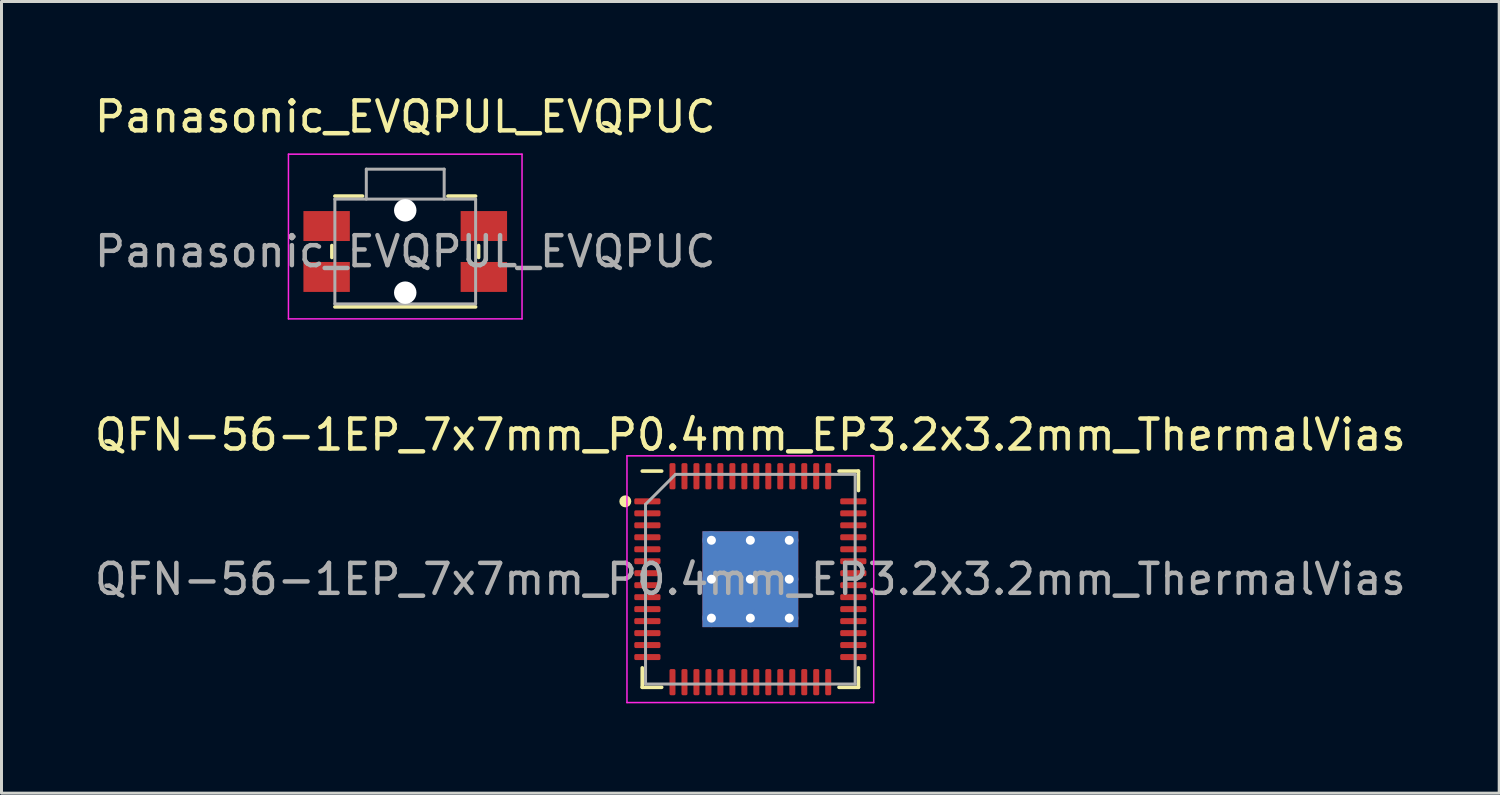
<source format=kicad_pcb>
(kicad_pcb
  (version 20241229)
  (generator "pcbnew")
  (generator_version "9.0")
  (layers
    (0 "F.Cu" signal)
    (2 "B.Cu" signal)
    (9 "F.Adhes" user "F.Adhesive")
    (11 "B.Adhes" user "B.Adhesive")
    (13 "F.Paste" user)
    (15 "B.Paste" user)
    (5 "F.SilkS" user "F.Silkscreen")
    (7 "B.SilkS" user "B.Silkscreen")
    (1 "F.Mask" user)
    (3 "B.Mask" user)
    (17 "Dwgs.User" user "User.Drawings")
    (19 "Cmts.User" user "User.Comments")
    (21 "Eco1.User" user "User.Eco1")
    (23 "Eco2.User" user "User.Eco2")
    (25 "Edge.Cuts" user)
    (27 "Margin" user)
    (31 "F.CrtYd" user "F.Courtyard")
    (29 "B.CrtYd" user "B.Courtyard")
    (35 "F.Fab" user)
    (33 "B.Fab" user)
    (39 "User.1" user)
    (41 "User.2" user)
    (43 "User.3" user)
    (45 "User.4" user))
  (footprint "QFN-56-1EP_7x7mm_P0.4mm_EP3.2x3.2mm_ThermalVias"
    (layer "F.Cu")
    (at 22.006 16.291)
    (property "Reference" "QFN-56-1EP_7x7mm_P0.4mm_EP3.2x3.2mm_ThermalVias" (at 0 -4.82 0) (layer "F.SilkS") (effects (font (size 1 1) (thickness 0.15))))
    (attr smd)
    (fp_line (start -3.61 3.61) (end -3.61 2.96) (stroke (width 0.12) (type solid)) (layer "F.SilkS"))
    (fp_line (start -2.96 -3.61) (end -3.61 -3.61) (stroke (width 0.12) (type solid)) (layer "F.SilkS"))
    (fp_line (start -2.96 3.61) (end -3.61 3.61) (stroke (width 0.12) (type solid)) (layer "F.SilkS"))
    (fp_line (start 2.96 -3.61) (end 3.61 -3.61) (stroke (width 0.12) (type solid)) (layer "F.SilkS"))
    (fp_line (start 2.96 3.61) (end 3.61 3.61) (stroke (width 0.12) (type solid)) (layer "F.SilkS"))
    (fp_line (start 3.61 -3.61) (end 3.61 -2.96) (stroke (width 0.12) (type solid)) (layer "F.SilkS"))
    (fp_line (start 3.61 3.61) (end 3.61 2.96) (stroke (width 0.12) (type solid)) (layer "F.SilkS"))
    (fp_circle (center -4.175 -2.6) (end -4.075 -2.6) (stroke (width 0.2) (type solid)) (fill no) (layer "F.SilkS"))
    (fp_line (start -4.12 -4.12) (end -4.12 4.12) (stroke (width 0.05) (type solid)) (layer "F.CrtYd"))
    (fp_line (start -4.12 4.12) (end 4.12 4.12) (stroke (width 0.05) (type solid)) (layer "F.CrtYd"))
    (fp_line (start 4.12 -4.12) (end -4.12 -4.12) (stroke (width 0.05) (type solid)) (layer "F.CrtYd"))
    (fp_line (start 4.12 4.12) (end 4.12 -4.12) (stroke (width 0.05) (type solid)) (layer "F.CrtYd"))
    (fp_line (start -3.5 -2.5) (end -2.5 -3.5) (stroke (width 0.1) (type solid)) (layer "F.Fab"))
    (fp_line (start -3.5 3.5) (end -3.5 -2.5) (stroke (width 0.1) (type solid)) (layer "F.Fab"))
    (fp_line (start -2.5 -3.5) (end 3.5 -3.5) (stroke (width 0.1) (type solid)) (layer "F.Fab"))
    (fp_line (start 3.5 -3.5) (end 3.5 3.5) (stroke (width 0.1) (type solid)) (layer "F.Fab"))
    (fp_line (start 3.5 3.5) (end -3.5 3.5) (stroke (width 0.1) (type solid)) (layer "F.Fab"))
    (fp_text user "${REFERENCE}" (at 0 0 0) (layer "F.Fab") (effects (font (size 1 1) (thickness 0.15))))
    (pad "" smd custom (at -0.675 -0.675) (size 1.118 1.118) (layers "F.Paste") (options (anchor circle)) (primitives (gr_poly (pts (xy -0.498 -0.397) (xy -0.397 -0.498) (xy 0.498 -0.498) (xy 0.498 0.498) (xy -0.498 0.498)) (width 0.244) (fill yes))))
    (pad "" smd custom (at -0.675 0.675) (size 1.118 1.118) (layers "F.Paste") (options (anchor circle)) (primitives (gr_poly (pts (xy -0.498 -0.498) (xy 0.498 -0.498) (xy 0.498 0.498) (xy -0.397 0.498) (xy -0.498 0.397)) (width 0.244) (fill yes))))
    (pad "" smd custom (at 0.675 -0.675) (size 1.118 1.118) (layers "F.Paste") (options (anchor circle)) (primitives (gr_poly (pts (xy -0.498 -0.498) (xy 0.397 -0.498) (xy 0.498 -0.397) (xy 0.498 0.498) (xy -0.498 0.498)) (width 0.244) (fill yes))))
    (pad "" smd custom (at 0.675 0.675) (size 1.118 1.118) (layers "F.Paste") (options (anchor circle)) (primitives (gr_poly (pts (xy -0.498 -0.498) (xy 0.498 -0.498) (xy 0.498 0.397) (xy 0.397 0.498) (xy -0.498 0.498)) (width 0.244) (fill yes))))
    (pad "1" smd roundrect (at -3.438 -2.6) (size 0.875 0.2) (layers "F.Cu" "F.Mask" "F.Paste") (roundrect_rratio 0.25))
    (pad "2" smd roundrect (at -3.438 -2.2) (size 0.875 0.2) (layers "F.Cu" "F.Mask" "F.Paste") (roundrect_rratio 0.25))
    (pad "3" smd roundrect (at -3.438 -1.8) (size 0.875 0.2) (layers "F.Cu" "F.Mask" "F.Paste") (roundrect_rratio 0.25))
    (pad "4" smd roundrect (at -3.438 -1.4) (size 0.875 0.2) (layers "F.Cu" "F.Mask" "F.Paste") (roundrect_rratio 0.25))
    (pad "5" smd roundrect (at -3.438 -1) (size 0.875 0.2) (layers "F.Cu" "F.Mask" "F.Paste") (roundrect_rratio 0.25))
    (pad "6" smd roundrect (at -3.438 -0.6) (size 0.875 0.2) (layers "F.Cu" "F.Mask" "F.Paste") (roundrect_rratio 0.25))
    (pad "7" smd roundrect (at -3.438 -0.2) (size 0.875 0.2) (layers "F.Cu" "F.Mask" "F.Paste") (roundrect_rratio 0.25))
    (pad "8" smd roundrect (at -3.438 0.2) (size 0.875 0.2) (layers "F.Cu" "F.Mask" "F.Paste") (roundrect_rratio 0.25))
    (pad "9" smd roundrect (at -3.438 0.6) (size 0.875 0.2) (layers "F.Cu" "F.Mask" "F.Paste") (roundrect_rratio 0.25))
    (pad "10" smd roundrect (at -3.438 1) (size 0.875 0.2) (layers "F.Cu" "F.Mask" "F.Paste") (roundrect_rratio 0.25))
    (pad "11" smd roundrect (at -3.438 1.4) (size 0.875 0.2) (layers "F.Cu" "F.Mask" "F.Paste") (roundrect_rratio 0.25))
    (pad "12" smd roundrect (at -3.438 1.8) (size 0.875 0.2) (layers "F.Cu" "F.Mask" "F.Paste") (roundrect_rratio 0.25))
    (pad "13" smd roundrect (at -3.438 2.2) (size 0.875 0.2) (layers "F.Cu" "F.Mask" "F.Paste") (roundrect_rratio 0.25))
    (pad "14" smd roundrect (at -3.438 2.6) (size 0.875 0.2) (layers "F.Cu" "F.Mask" "F.Paste") (roundrect_rratio 0.25))
    (pad "15" smd roundrect (at -2.6 3.438) (size 0.2 0.875) (layers "F.Cu" "F.Mask" "F.Paste") (roundrect_rratio 0.25))
    (pad "16" smd roundrect (at -2.2 3.438) (size 0.2 0.875) (layers "F.Cu" "F.Mask" "F.Paste") (roundrect_rratio 0.25))
    (pad "17" smd roundrect (at -1.8 3.438) (size 0.2 0.875) (layers "F.Cu" "F.Mask" "F.Paste") (roundrect_rratio 0.25))
    (pad "18" smd roundrect (at -1.4 3.438) (size 0.2 0.875) (layers "F.Cu" "F.Mask" "F.Paste") (roundrect_rratio 0.25))
    (pad "19" smd roundrect (at -1 3.438) (size 0.2 0.875) (layers "F.Cu" "F.Mask" "F.Paste") (roundrect_rratio 0.25))
    (pad "20" smd roundrect (at -0.6 3.438) (size 0.2 0.875) (layers "F.Cu" "F.Mask" "F.Paste") (roundrect_rratio 0.25))
    (pad "21" smd roundrect (at -0.2 3.438) (size 0.2 0.875) (layers "F.Cu" "F.Mask" "F.Paste") (roundrect_rratio 0.25))
    (pad "22" smd roundrect (at 0.2 3.438) (size 0.2 0.875) (layers "F.Cu" "F.Mask" "F.Paste") (roundrect_rratio 0.25))
    (pad "23" smd roundrect (at 0.6 3.438) (size 0.2 0.875) (layers "F.Cu" "F.Mask" "F.Paste") (roundrect_rratio 0.25))
    (pad "24" smd roundrect (at 1 3.438) (size 0.2 0.875) (layers "F.Cu" "F.Mask" "F.Paste") (roundrect_rratio 0.25))
    (pad "25" smd roundrect (at 1.4 3.438) (size 0.2 0.875) (layers "F.Cu" "F.Mask" "F.Paste") (roundrect_rratio 0.25))
    (pad "26" smd roundrect (at 1.8 3.438) (size 0.2 0.875) (layers "F.Cu" "F.Mask" "F.Paste") (roundrect_rratio 0.25))
    (pad "27" smd roundrect (at 2.2 3.438) (size 0.2 0.875) (layers "F.Cu" "F.Mask" "F.Paste") (roundrect_rratio 0.25))
    (pad "28" smd roundrect (at 2.6 3.438) (size 0.2 0.875) (layers "F.Cu" "F.Mask" "F.Paste") (roundrect_rratio 0.25))
    (pad "29" smd roundrect (at 3.438 2.6) (size 0.875 0.2) (layers "F.Cu" "F.Mask" "F.Paste") (roundrect_rratio 0.25))
    (pad "30" smd roundrect (at 3.438 2.2) (size 0.875 0.2) (layers "F.Cu" "F.Mask" "F.Paste") (roundrect_rratio 0.25))
    (pad "31" smd roundrect (at 3.438 1.8) (size 0.875 0.2) (layers "F.Cu" "F.Mask" "F.Paste") (roundrect_rratio 0.25))
    (pad "32" smd roundrect (at 3.438 1.4) (size 0.875 0.2) (layers "F.Cu" "F.Mask" "F.Paste") (roundrect_rratio 0.25))
    (pad "33" smd roundrect (at 3.438 1) (size 0.875 0.2) (layers "F.Cu" "F.Mask" "F.Paste") (roundrect_rratio 0.25))
    (pad "34" smd roundrect (at 3.438 0.6) (size 0.875 0.2) (layers "F.Cu" "F.Mask" "F.Paste") (roundrect_rratio 0.25))
    (pad "35" smd roundrect (at 3.438 0.2) (size 0.875 0.2) (layers "F.Cu" "F.Mask" "F.Paste") (roundrect_rratio 0.25))
    (pad "36" smd roundrect (at 3.438 -0.2) (size 0.875 0.2) (layers "F.Cu" "F.Mask" "F.Paste") (roundrect_rratio 0.25))
    (pad "37" smd roundrect (at 3.438 -0.6) (size 0.875 0.2) (layers "F.Cu" "F.Mask" "F.Paste") (roundrect_rratio 0.25))
    (pad "38" smd roundrect (at 3.438 -1) (size 0.875 0.2) (layers "F.Cu" "F.Mask" "F.Paste") (roundrect_rratio 0.25))
    (pad "39" smd roundrect (at 3.438 -1.4) (size 0.875 0.2) (layers "F.Cu" "F.Mask" "F.Paste") (roundrect_rratio 0.25))
    (pad "40" smd roundrect (at 3.438 -1.8) (size 0.875 0.2) (layers "F.Cu" "F.Mask" "F.Paste") (roundrect_rratio 0.25))
    (pad "41" smd roundrect (at 3.438 -2.2) (size 0.875 0.2) (layers "F.Cu" "F.Mask" "F.Paste") (roundrect_rratio 0.25))
    (pad "42" smd roundrect (at 3.438 -2.6) (size 0.875 0.2) (layers "F.Cu" "F.Mask" "F.Paste") (roundrect_rratio 0.25))
    (pad "43" smd roundrect (at 2.6 -3.438) (size 0.2 0.875) (layers "F.Cu" "F.Mask" "F.Paste") (roundrect_rratio 0.25))
    (pad "44" smd roundrect (at 2.2 -3.438) (size 0.2 0.875) (layers "F.Cu" "F.Mask" "F.Paste") (roundrect_rratio 0.25))
    (pad "45" smd roundrect (at 1.8 -3.438) (size 0.2 0.875) (layers "F.Cu" "F.Mask" "F.Paste") (roundrect_rratio 0.25))
    (pad "46" smd roundrect (at 1.4 -3.438) (size 0.2 0.875) (layers "F.Cu" "F.Mask" "F.Paste") (roundrect_rratio 0.25))
    (pad "47" smd roundrect (at 1 -3.438) (size 0.2 0.875) (layers "F.Cu" "F.Mask" "F.Paste") (roundrect_rratio 0.25))
    (pad "48" smd roundrect (at 0.6 -3.438) (size 0.2 0.875) (layers "F.Cu" "F.Mask" "F.Paste") (roundrect_rratio 0.25))
    (pad "49" smd roundrect (at 0.2 -3.438) (size 0.2 0.875) (layers "F.Cu" "F.Mask" "F.Paste") (roundrect_rratio 0.25))
    (pad "50" smd roundrect (at -0.2 -3.438) (size 0.2 0.875) (layers "F.Cu" "F.Mask" "F.Paste") (roundrect_rratio 0.25))
    (pad "51" smd roundrect (at -0.6 -3.438) (size 0.2 0.875) (layers "F.Cu" "F.Mask" "F.Paste") (roundrect_rratio 0.25))
    (pad "52" smd roundrect (at -1 -3.438) (size 0.2 0.875) (layers "F.Cu" "F.Mask" "F.Paste") (roundrect_rratio 0.25))
    (pad "53" smd roundrect (at -1.4 -3.438) (size 0.2 0.875) (layers "F.Cu" "F.Mask" "F.Paste") (roundrect_rratio 0.25))
    (pad "54" smd roundrect (at -1.8 -3.438) (size 0.2 0.875) (layers "F.Cu" "F.Mask" "F.Paste") (roundrect_rratio 0.25))
    (pad "55" smd roundrect (at -2.2 -3.438) (size 0.2 0.875) (layers "F.Cu" "F.Mask" "F.Paste") (roundrect_rratio 0.25))
    (pad "56" smd roundrect (at -2.6 -3.438) (size 0.2 0.875) (layers "F.Cu" "F.Mask" "F.Paste") (roundrect_rratio 0.25))
    (pad "57" thru_hole circle (at -1.3 -1.3) (size 0.6 0.6) (drill 0.3) (layers "*.Cu"))
    (pad "57" thru_hole circle (at -1.3 0) (size 0.6 0.6) (drill 0.3) (layers "*.Cu"))
    (pad "57" thru_hole circle (at -1.3 1.3) (size 0.6 0.6) (drill 0.3) (layers "*.Cu"))
    (pad "57" thru_hole circle (at 0 -1.3) (size 0.6 0.6) (drill 0.3) (layers "*.Cu"))
    (pad "57" thru_hole circle (at 0 0) (size 0.6 0.6) (drill 0.3) (layers "*.Cu"))
    (pad "57" smd rect (at 0 0) (size 3.2 3.2) (layers "F.Cu" "F.Mask"))
    (pad "57" smd rect (at 0 0) (size 3.2 3.2) (layers "B.Cu"))
    (pad "57" thru_hole circle (at 0 1.3) (size 0.6 0.6) (drill 0.3) (layers "*.Cu"))
    (pad "57" thru_hole circle (at 1.3 -1.3) (size 0.6 0.6) (drill 0.3) (layers "*.Cu"))
    (pad "57" thru_hole circle (at 1.3 0) (size 0.6 0.6) (drill 0.3) (layers "*.Cu"))
    (pad "57" thru_hole circle (at 1.3 1.3) (size 0.6 0.6) (drill 0.3) (layers "*.Cu")))
  (footprint "Panasonic_EVQPUL_EVQPUC"
    (layer "F.Cu")
    (at 10.482 5.348)
    (property "Reference" "Panasonic_EVQPUL_EVQPUC" (at 0 -4.5 0) (layer "F.SilkS") (effects (font (size 1 1) (thickness 0.15))))
    (attr smd)
    (fp_line (start -2.45 0.2) (end -2.45 -0.2) (stroke (width 0.12) (type solid)) (layer "F.SilkS"))
    (fp_line (start -1.425 -1.85) (end -2.35 -1.85) (stroke (width 0.12) (type solid)) (layer "F.SilkS"))
    (fp_line (start 2.35 -1.85) (end 1.425 -1.85) (stroke (width 0.12) (type solid)) (layer "F.SilkS"))
    (fp_line (start 2.35 1.85) (end -2.35 1.85) (stroke (width 0.12) (type solid)) (layer "F.SilkS"))
    (fp_line (start 2.45 0.2) (end 2.45 -0.2) (stroke (width 0.12) (type solid)) (layer "F.SilkS"))
    (fp_line (start -3.9 2.25) (end -3.9 -3.25) (stroke (width 0.05) (type solid)) (layer "F.CrtYd"))
    (fp_line (start 3.9 -3.25) (end -3.9 -3.25) (stroke (width 0.05) (type solid)) (layer "F.CrtYd"))
    (fp_line (start 3.9 2.25) (end -3.9 2.25) (stroke (width 0.05) (type solid)) (layer "F.CrtYd"))
    (fp_line (start 3.9 2.25) (end 3.9 -3.25) (stroke (width 0.05) (type solid)) (layer "F.CrtYd"))
    (fp_line (start -2.35 1.75) (end -2.35 -1.75) (stroke (width 0.1) (type solid)) (layer "F.Fab"))
    (fp_line (start -1.3 -2.75) (end -1.3 -1.75) (stroke (width 0.1) (type solid)) (layer "F.Fab"))
    (fp_line (start 1.3 -2.75) (end -1.3 -2.75) (stroke (width 0.1) (type solid)) (layer "F.Fab"))
    (fp_line (start 1.3 -2.75) (end 1.3 -1.75) (stroke (width 0.1) (type solid)) (layer "F.Fab"))
    (fp_line (start 2.35 -1.75) (end -2.35 -1.75) (stroke (width 0.1) (type solid)) (layer "F.Fab"))
    (fp_line (start 2.35 1.75) (end -2.35 1.75) (stroke (width 0.1) (type solid)) (layer "F.Fab"))
    (fp_line (start 2.35 1.75) (end 2.35 -1.75) (stroke (width 0.1) (type solid)) (layer "F.Fab"))
    (fp_text user "${REFERENCE}" (at 0 0 0) (layer "F.Fab") (effects (font (size 1 1) (thickness 0.15))))
    (pad "" np_thru_hole circle (at 0 -1.375 180) (size 0.75 0.75) (drill 0.75) (layers "*.Cu" "*.Mask"))
    (pad "" np_thru_hole circle (at 0 1.375 180) (size 0.75 0.75) (drill 0.75) (layers "*.Cu" "*.Mask"))
    (pad "1" smd rect (at -2.625 -0.85 180) (size 1.55 1) (layers "F.Cu" "F.Mask" "F.Paste"))
    (pad "1" smd rect (at 2.625 -0.85 180) (size 1.55 1) (layers "F.Cu" "F.Mask" "F.Paste"))
    (pad "2" smd rect (at -2.625 0.85 180) (size 1.55 1) (layers "F.Cu" "F.Mask" "F.Paste"))
    (pad "2" smd rect (at 2.625 0.85 180) (size 1.55 1) (layers "F.Cu" "F.Mask" "F.Paste")))
  (gr_rect
    (start -3 -3)
    (end 47.012 23.436)
    (stroke (width 0.1) (type default))
    (fill no)
    (layer "Edge.Cuts")))
</source>
